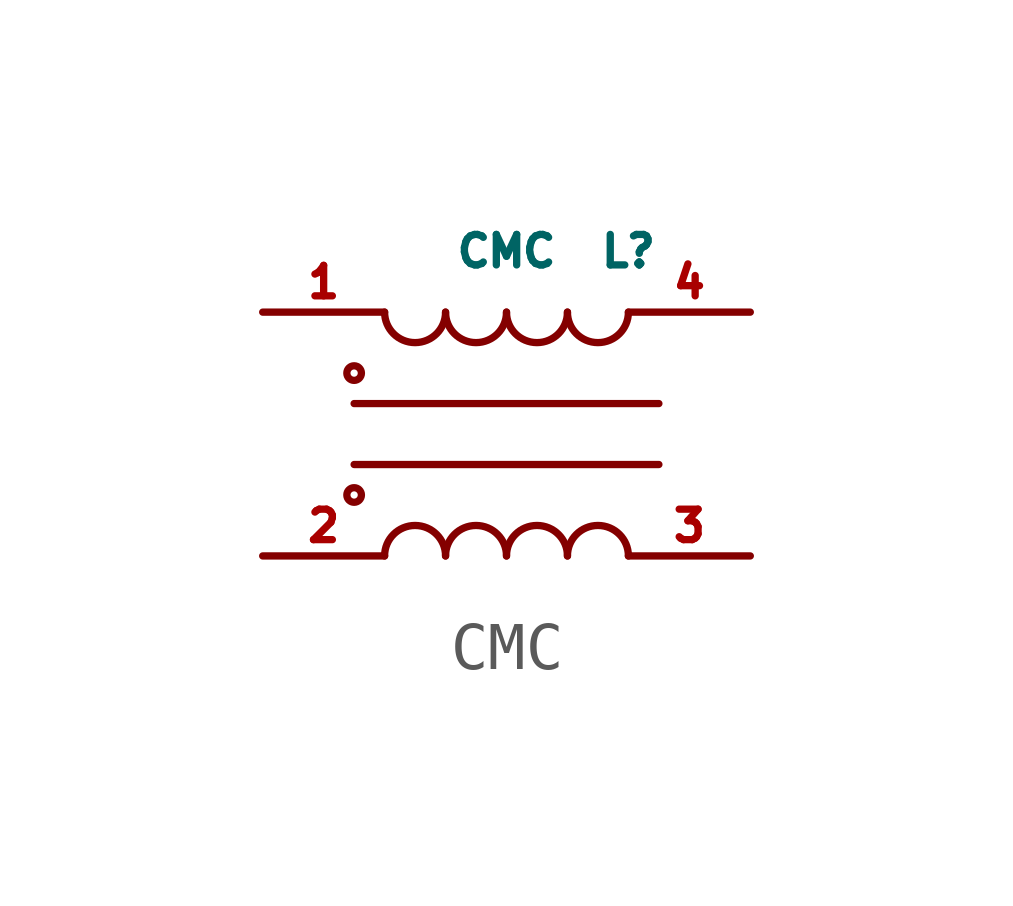
<source format=kicad_sym>
(kicad_symbol_lib
  (version 20241209)
  (generator "kicad_symbol_editor")
  (generator_version "9.0")
  (symbol "CMC"
    (pin_names
      (offset 1.016)
      (hide yes))
    (property "Reference" "L"
      (at 2.54 3.81 0)
      (effects (font (size 0.635 0.635))))
    (property "Value" "CMC"
      (at 0 3.81 0)
      (effects (font (size 0.635 0.635))))
    (symbol "CMC_0_1"
      (circle (center -3.175 1.27) (radius 0.152) (stroke (width 0) (type default)) (fill (type none)))
      (polyline (pts (xy -3.175 0.635) (xy 3.175 0.635)) (stroke (width 0) (type default)) (fill (type none)))
      (polyline (pts (xy -3.175 -0.635) (xy 3.175 -0.635)) (stroke (width 0) (type default)) (fill (type none)))
      (circle (center -3.175 -1.27) (radius 0.152) (stroke (width 0) (type default)) (fill (type none)))
      (arc (start -1.27 2.54) (mid -1.905 1.9077) (end -2.54 2.54) (stroke (width 0) (type default)) (fill (type none)))
      (arc (start -2.54 -2.54) (mid -1.905 -1.9077) (end -1.27 -2.54) (stroke (width 0) (type default)) (fill (type none)))
      (arc (start 0 2.54) (mid -0.635 1.9077) (end -1.27 2.54) (stroke (width 0) (type default)) (fill (type none)))
      (arc (start -1.27 -2.54) (mid -0.635 -1.9077) (end 0 -2.54) (stroke (width 0) (type default)) (fill (type none)))
      (arc (start 1.27 2.54) (mid 0.635 1.9077) (end 0 2.54) (stroke (width 0) (type default)) (fill (type none)))
      (arc (start 0 -2.54) (mid 0.635 -1.9077) (end 1.27 -2.54) (stroke (width 0) (type default)) (fill (type none)))
      (arc (start 2.54 2.54) (mid 1.905 1.9077) (end 1.27 2.54) (stroke (width 0) (type default)) (fill (type none)))
      (arc (start 1.27 -2.54) (mid 1.905 -1.9077) (end 2.54 -2.54) (stroke (width 0) (type default)) (fill (type none))))
    (symbol "CMC_1_1"
      (pin input line (at -5.08 2.54 0) (length 2.54) (name "1" (effects (font (size 0.635 0.635)))) (number "1" (effects (font (size 0.635 0.635)))))
      (pin input line (at -5.08 -2.54 0) (length 2.54) (name "2" (effects (font (size 0.635 0.635)))) (number "2" (effects (font (size 0.635 0.635)))))
      (pin input line (at 5.08 2.54 180) (length 2.54) (name "~" (effects (font (size 0.635 0.635)))) (number "4" (effects (font (size 0.635 0.635)))))
      (pin input line (at 5.08 -2.54 180) (length 2.54) (name "~" (effects (font (size 0.635 0.635)))) (number "3" (effects (font (size 0.635 0.635))))))))
</source>
